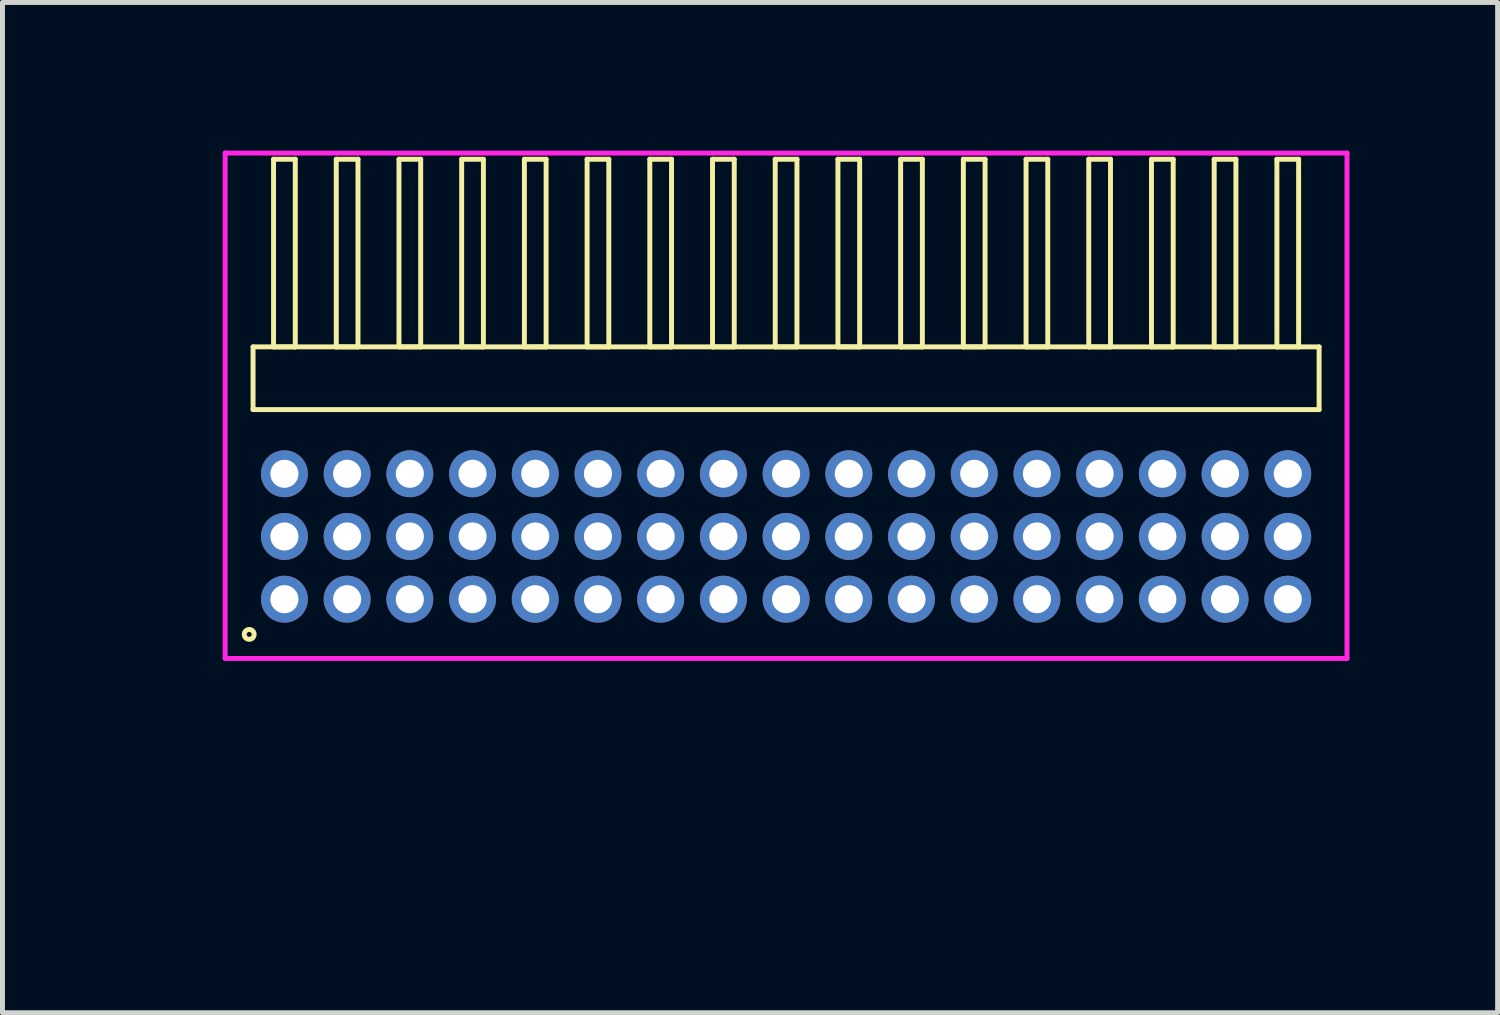
<source format=kicad_pcb>
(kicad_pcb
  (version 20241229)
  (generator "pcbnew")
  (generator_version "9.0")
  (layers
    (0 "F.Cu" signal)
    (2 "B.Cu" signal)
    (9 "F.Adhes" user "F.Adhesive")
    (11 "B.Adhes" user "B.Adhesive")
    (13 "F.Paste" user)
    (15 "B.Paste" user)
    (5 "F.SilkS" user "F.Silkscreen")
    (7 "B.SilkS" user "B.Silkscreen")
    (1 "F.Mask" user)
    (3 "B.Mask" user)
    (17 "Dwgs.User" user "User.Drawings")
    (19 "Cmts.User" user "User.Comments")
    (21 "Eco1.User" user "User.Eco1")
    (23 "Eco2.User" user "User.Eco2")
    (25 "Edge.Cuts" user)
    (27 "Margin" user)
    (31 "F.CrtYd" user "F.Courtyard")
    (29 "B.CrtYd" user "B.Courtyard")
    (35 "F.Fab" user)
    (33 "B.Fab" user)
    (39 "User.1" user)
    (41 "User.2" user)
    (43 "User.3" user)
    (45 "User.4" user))
  (footprint "HDR_RA127P17x3"
    (layer "F.Cu")
    (at 12.87 7.815)
    (property "Reference" "HDR_RA127P17x3" (at -12.11 0 90) (layer "User.1") (effects (font (size 1 1) (thickness 0.1))))
    (attr through_hole)
    (fp_line (start -10.795 -3.84) (end -10.795 -2.57) (stroke (width 0.1) (type solid)) (layer "F.SilkS"))
    (fp_line (start -10.795 -2.57) (end 10.795 -2.57) (stroke (width 0.1) (type solid)) (layer "F.SilkS"))
    (fp_line (start -10.38 -7.64) (end -10.38 -3.84) (stroke (width 0.1) (type solid)) (layer "F.SilkS"))
    (fp_line (start -10.38 -3.84) (end -9.94 -3.84) (stroke (width 0.1) (type solid)) (layer "F.SilkS"))
    (fp_line (start -9.94 -7.64) (end -10.38 -7.64) (stroke (width 0.1) (type solid)) (layer "F.SilkS"))
    (fp_line (start -9.94 -3.84) (end -9.94 -7.64) (stroke (width 0.1) (type solid)) (layer "F.SilkS"))
    (fp_line (start -9.11 -7.64) (end -9.11 -3.84) (stroke (width 0.1) (type solid)) (layer "F.SilkS"))
    (fp_line (start -9.11 -3.84) (end -8.67 -3.84) (stroke (width 0.1) (type solid)) (layer "F.SilkS"))
    (fp_line (start -8.67 -7.64) (end -9.11 -7.64) (stroke (width 0.1) (type solid)) (layer "F.SilkS"))
    (fp_line (start -8.67 -3.84) (end -8.67 -7.64) (stroke (width 0.1) (type solid)) (layer "F.SilkS"))
    (fp_line (start -7.84 -7.64) (end -7.84 -3.84) (stroke (width 0.1) (type solid)) (layer "F.SilkS"))
    (fp_line (start -7.84 -3.84) (end -7.4 -3.84) (stroke (width 0.1) (type solid)) (layer "F.SilkS"))
    (fp_line (start -7.4 -7.64) (end -7.84 -7.64) (stroke (width 0.1) (type solid)) (layer "F.SilkS"))
    (fp_line (start -7.4 -3.84) (end -7.4 -7.64) (stroke (width 0.1) (type solid)) (layer "F.SilkS"))
    (fp_line (start -6.57 -7.64) (end -6.57 -3.84) (stroke (width 0.1) (type solid)) (layer "F.SilkS"))
    (fp_line (start -6.57 -3.84) (end -6.13 -3.84) (stroke (width 0.1) (type solid)) (layer "F.SilkS"))
    (fp_line (start -6.13 -7.64) (end -6.57 -7.64) (stroke (width 0.1) (type solid)) (layer "F.SilkS"))
    (fp_line (start -6.13 -3.84) (end -6.13 -7.64) (stroke (width 0.1) (type solid)) (layer "F.SilkS"))
    (fp_line (start -5.3 -7.64) (end -5.3 -3.84) (stroke (width 0.1) (type solid)) (layer "F.SilkS"))
    (fp_line (start -5.3 -3.84) (end -4.86 -3.84) (stroke (width 0.1) (type solid)) (layer "F.SilkS"))
    (fp_line (start -4.86 -7.64) (end -5.3 -7.64) (stroke (width 0.1) (type solid)) (layer "F.SilkS"))
    (fp_line (start -4.86 -3.84) (end -4.86 -7.64) (stroke (width 0.1) (type solid)) (layer "F.SilkS"))
    (fp_line (start -4.03 -7.64) (end -4.03 -3.84) (stroke (width 0.1) (type solid)) (layer "F.SilkS"))
    (fp_line (start -4.03 -3.84) (end -3.59 -3.84) (stroke (width 0.1) (type solid)) (layer "F.SilkS"))
    (fp_line (start -3.59 -7.64) (end -4.03 -7.64) (stroke (width 0.1) (type solid)) (layer "F.SilkS"))
    (fp_line (start -3.59 -3.84) (end -3.59 -7.64) (stroke (width 0.1) (type solid)) (layer "F.SilkS"))
    (fp_line (start -2.76 -7.64) (end -2.76 -3.84) (stroke (width 0.1) (type solid)) (layer "F.SilkS"))
    (fp_line (start -2.76 -3.84) (end -2.32 -3.84) (stroke (width 0.1) (type solid)) (layer "F.SilkS"))
    (fp_line (start -2.32 -7.64) (end -2.76 -7.64) (stroke (width 0.1) (type solid)) (layer "F.SilkS"))
    (fp_line (start -2.32 -3.84) (end -2.32 -7.64) (stroke (width 0.1) (type solid)) (layer "F.SilkS"))
    (fp_line (start -1.49 -7.64) (end -1.49 -3.84) (stroke (width 0.1) (type solid)) (layer "F.SilkS"))
    (fp_line (start -1.49 -3.84) (end -1.05 -3.84) (stroke (width 0.1) (type solid)) (layer "F.SilkS"))
    (fp_line (start -1.05 -7.64) (end -1.49 -7.64) (stroke (width 0.1) (type solid)) (layer "F.SilkS"))
    (fp_line (start -1.05 -3.84) (end -1.05 -7.64) (stroke (width 0.1) (type solid)) (layer "F.SilkS"))
    (fp_line (start -0.22 -7.64) (end -0.22 -3.84) (stroke (width 0.1) (type solid)) (layer "F.SilkS"))
    (fp_line (start -0.22 -3.84) (end 0.22 -3.84) (stroke (width 0.1) (type solid)) (layer "F.SilkS"))
    (fp_line (start 0.22 -7.64) (end -0.22 -7.64) (stroke (width 0.1) (type solid)) (layer "F.SilkS"))
    (fp_line (start 0.22 -3.84) (end 0.22 -7.64) (stroke (width 0.1) (type solid)) (layer "F.SilkS"))
    (fp_line (start 1.05 -7.64) (end 1.05 -3.84) (stroke (width 0.1) (type solid)) (layer "F.SilkS"))
    (fp_line (start 1.05 -3.84) (end 1.49 -3.84) (stroke (width 0.1) (type solid)) (layer "F.SilkS"))
    (fp_line (start 1.49 -7.64) (end 1.05 -7.64) (stroke (width 0.1) (type solid)) (layer "F.SilkS"))
    (fp_line (start 1.49 -3.84) (end 1.49 -7.64) (stroke (width 0.1) (type solid)) (layer "F.SilkS"))
    (fp_line (start 2.32 -7.64) (end 2.32 -3.84) (stroke (width 0.1) (type solid)) (layer "F.SilkS"))
    (fp_line (start 2.32 -3.84) (end 2.76 -3.84) (stroke (width 0.1) (type solid)) (layer "F.SilkS"))
    (fp_line (start 2.76 -7.64) (end 2.32 -7.64) (stroke (width 0.1) (type solid)) (layer "F.SilkS"))
    (fp_line (start 2.76 -3.84) (end 2.76 -7.64) (stroke (width 0.1) (type solid)) (layer "F.SilkS"))
    (fp_line (start 3.59 -7.64) (end 3.59 -3.84) (stroke (width 0.1) (type solid)) (layer "F.SilkS"))
    (fp_line (start 3.59 -3.84) (end 4.03 -3.84) (stroke (width 0.1) (type solid)) (layer "F.SilkS"))
    (fp_line (start 4.03 -7.64) (end 3.59 -7.64) (stroke (width 0.1) (type solid)) (layer "F.SilkS"))
    (fp_line (start 4.03 -3.84) (end 4.03 -7.64) (stroke (width 0.1) (type solid)) (layer "F.SilkS"))
    (fp_line (start 4.86 -7.64) (end 4.86 -3.84) (stroke (width 0.1) (type solid)) (layer "F.SilkS"))
    (fp_line (start 4.86 -3.84) (end 5.3 -3.84) (stroke (width 0.1) (type solid)) (layer "F.SilkS"))
    (fp_line (start 5.3 -7.64) (end 4.86 -7.64) (stroke (width 0.1) (type solid)) (layer "F.SilkS"))
    (fp_line (start 5.3 -3.84) (end 5.3 -7.64) (stroke (width 0.1) (type solid)) (layer "F.SilkS"))
    (fp_line (start 6.13 -7.64) (end 6.13 -3.84) (stroke (width 0.1) (type solid)) (layer "F.SilkS"))
    (fp_line (start 6.13 -3.84) (end 6.57 -3.84) (stroke (width 0.1) (type solid)) (layer "F.SilkS"))
    (fp_line (start 6.57 -7.64) (end 6.13 -7.64) (stroke (width 0.1) (type solid)) (layer "F.SilkS"))
    (fp_line (start 6.57 -3.84) (end 6.57 -7.64) (stroke (width 0.1) (type solid)) (layer "F.SilkS"))
    (fp_line (start 7.4 -7.64) (end 7.4 -3.84) (stroke (width 0.1) (type solid)) (layer "F.SilkS"))
    (fp_line (start 7.4 -3.84) (end 7.84 -3.84) (stroke (width 0.1) (type solid)) (layer "F.SilkS"))
    (fp_line (start 7.84 -7.64) (end 7.4 -7.64) (stroke (width 0.1) (type solid)) (layer "F.SilkS"))
    (fp_line (start 7.84 -3.84) (end 7.84 -7.64) (stroke (width 0.1) (type solid)) (layer "F.SilkS"))
    (fp_line (start 8.67 -7.64) (end 8.67 -3.84) (stroke (width 0.1) (type solid)) (layer "F.SilkS"))
    (fp_line (start 8.67 -3.84) (end 9.11 -3.84) (stroke (width 0.1) (type solid)) (layer "F.SilkS"))
    (fp_line (start 9.11 -7.64) (end 8.67 -7.64) (stroke (width 0.1) (type solid)) (layer "F.SilkS"))
    (fp_line (start 9.11 -3.84) (end 9.11 -7.64) (stroke (width 0.1) (type solid)) (layer "F.SilkS"))
    (fp_line (start 9.94 -7.64) (end 9.94 -3.84) (stroke (width 0.1) (type solid)) (layer "F.SilkS"))
    (fp_line (start 9.94 -3.84) (end 10.38 -3.84) (stroke (width 0.1) (type solid)) (layer "F.SilkS"))
    (fp_line (start 10.38 -7.64) (end 9.94 -7.64) (stroke (width 0.1) (type solid)) (layer "F.SilkS"))
    (fp_line (start 10.38 -3.84) (end 10.38 -7.64) (stroke (width 0.1) (type solid)) (layer "F.SilkS"))
    (fp_line (start 10.795 -3.84) (end -10.795 -3.84) (stroke (width 0.1) (type solid)) (layer "F.SilkS"))
    (fp_line (start 10.795 -2.57) (end 10.795 -3.84) (stroke (width 0.1) (type solid)) (layer "F.SilkS"))
    (fp_circle (center -10.873 1.983) (end -10.773 1.983) (stroke (width 0.1) (type solid)) (fill no) (layer "F.SilkS"))
    (fp_line (start -11.36 -7.765) (end -11.36 2.47) (stroke (width 0.1) (type solid)) (layer "F.CrtYd"))
    (fp_line (start -11.36 2.47) (end 11.36 2.47) (stroke (width 0.1) (type solid)) (layer "F.CrtYd"))
    (fp_line (start 11.36 -7.765) (end -11.36 -7.765) (stroke (width 0.1) (type solid)) (layer "F.CrtYd"))
    (fp_line (start 11.36 2.47) (end 11.36 -7.765) (stroke (width 0.1) (type solid)) (layer "F.CrtYd"))
    (pad "1" thru_hole oval (at -10.16 1.27) (size 0.95 0.95) (drill 0.57) (layers "*.Cu" "*.Mask"))
    (pad "2" thru_hole oval (at -10.16 0) (size 0.95 0.95) (drill 0.57) (layers "*.Cu" "*.Mask"))
    (pad "3" thru_hole oval (at -10.16 -1.27) (size 0.95 0.95) (drill 0.57) (layers "*.Cu" "*.Mask"))
    (pad "4" thru_hole oval (at -8.89 1.27) (size 0.95 0.95) (drill 0.57) (layers "*.Cu" "*.Mask"))
    (pad "5" thru_hole oval (at -8.89 0) (size 0.95 0.95) (drill 0.57) (layers "*.Cu" "*.Mask"))
    (pad "6" thru_hole oval (at -8.89 -1.27) (size 0.95 0.95) (drill 0.57) (layers "*.Cu" "*.Mask"))
    (pad "7" thru_hole oval (at -7.62 1.27) (size 0.95 0.95) (drill 0.57) (layers "*.Cu" "*.Mask"))
    (pad "8" thru_hole oval (at -7.62 0) (size 0.95 0.95) (drill 0.57) (layers "*.Cu" "*.Mask"))
    (pad "9" thru_hole oval (at -7.62 -1.27) (size 0.95 0.95) (drill 0.57) (layers "*.Cu" "*.Mask"))
    (pad "10" thru_hole oval (at -6.35 1.27) (size 0.95 0.95) (drill 0.57) (layers "*.Cu" "*.Mask"))
    (pad "11" thru_hole oval (at -6.35 0) (size 0.95 0.95) (drill 0.57) (layers "*.Cu" "*.Mask"))
    (pad "12" thru_hole oval (at -6.35 -1.27) (size 0.95 0.95) (drill 0.57) (layers "*.Cu" "*.Mask"))
    (pad "13" thru_hole oval (at -5.08 1.27) (size 0.95 0.95) (drill 0.57) (layers "*.Cu" "*.Mask"))
    (pad "14" thru_hole oval (at -5.08 0) (size 0.95 0.95) (drill 0.57) (layers "*.Cu" "*.Mask"))
    (pad "15" thru_hole oval (at -5.08 -1.27) (size 0.95 0.95) (drill 0.57) (layers "*.Cu" "*.Mask"))
    (pad "16" thru_hole oval (at -3.81 1.27) (size 0.95 0.95) (drill 0.57) (layers "*.Cu" "*.Mask"))
    (pad "17" thru_hole oval (at -3.81 0) (size 0.95 0.95) (drill 0.57) (layers "*.Cu" "*.Mask"))
    (pad "18" thru_hole oval (at -3.81 -1.27) (size 0.95 0.95) (drill 0.57) (layers "*.Cu" "*.Mask"))
    (pad "19" thru_hole oval (at -2.54 1.27) (size 0.95 0.95) (drill 0.57) (layers "*.Cu" "*.Mask"))
    (pad "20" thru_hole oval (at -2.54 0) (size 0.95 0.95) (drill 0.57) (layers "*.Cu" "*.Mask"))
    (pad "21" thru_hole oval (at -2.54 -1.27) (size 0.95 0.95) (drill 0.57) (layers "*.Cu" "*.Mask"))
    (pad "22" thru_hole oval (at -1.27 1.27) (size 0.95 0.95) (drill 0.57) (layers "*.Cu" "*.Mask"))
    (pad "23" thru_hole oval (at -1.27 0) (size 0.95 0.95) (drill 0.57) (layers "*.Cu" "*.Mask"))
    (pad "24" thru_hole oval (at -1.27 -1.27) (size 0.95 0.95) (drill 0.57) (layers "*.Cu" "*.Mask"))
    (pad "25" thru_hole oval (at 0 1.27) (size 0.95 0.95) (drill 0.57) (layers "*.Cu" "*.Mask"))
    (pad "26" thru_hole oval (at 0 0) (size 0.95 0.95) (drill 0.57) (layers "*.Cu" "*.Mask"))
    (pad "27" thru_hole oval (at 0 -1.27) (size 0.95 0.95) (drill 0.57) (layers "*.Cu" "*.Mask"))
    (pad "28" thru_hole oval (at 1.27 1.27) (size 0.95 0.95) (drill 0.57) (layers "*.Cu" "*.Mask"))
    (pad "29" thru_hole oval (at 1.27 0) (size 0.95 0.95) (drill 0.57) (layers "*.Cu" "*.Mask"))
    (pad "30" thru_hole oval (at 1.27 -1.27) (size 0.95 0.95) (drill 0.57) (layers "*.Cu" "*.Mask"))
    (pad "31" thru_hole oval (at 2.54 1.27) (size 0.95 0.95) (drill 0.57) (layers "*.Cu" "*.Mask"))
    (pad "32" thru_hole oval (at 2.54 0) (size 0.95 0.95) (drill 0.57) (layers "*.Cu" "*.Mask"))
    (pad "33" thru_hole oval (at 2.54 -1.27) (size 0.95 0.95) (drill 0.57) (layers "*.Cu" "*.Mask"))
    (pad "34" thru_hole oval (at 3.81 1.27) (size 0.95 0.95) (drill 0.57) (layers "*.Cu" "*.Mask"))
    (pad "35" thru_hole oval (at 3.81 0) (size 0.95 0.95) (drill 0.57) (layers "*.Cu" "*.Mask"))
    (pad "36" thru_hole oval (at 3.81 -1.27) (size 0.95 0.95) (drill 0.57) (layers "*.Cu" "*.Mask"))
    (pad "37" thru_hole oval (at 5.08 1.27) (size 0.95 0.95) (drill 0.57) (layers "*.Cu" "*.Mask"))
    (pad "38" thru_hole oval (at 5.08 0) (size 0.95 0.95) (drill 0.57) (layers "*.Cu" "*.Mask"))
    (pad "39" thru_hole oval (at 5.08 -1.27) (size 0.95 0.95) (drill 0.57) (layers "*.Cu" "*.Mask"))
    (pad "40" thru_hole oval (at 6.35 1.27) (size 0.95 0.95) (drill 0.57) (layers "*.Cu" "*.Mask"))
    (pad "41" thru_hole oval (at 6.35 0) (size 0.95 0.95) (drill 0.57) (layers "*.Cu" "*.Mask"))
    (pad "42" thru_hole oval (at 6.35 -1.27) (size 0.95 0.95) (drill 0.57) (layers "*.Cu" "*.Mask"))
    (pad "43" thru_hole oval (at 7.62 1.27) (size 0.95 0.95) (drill 0.57) (layers "*.Cu" "*.Mask"))
    (pad "44" thru_hole oval (at 7.62 0) (size 0.95 0.95) (drill 0.57) (layers "*.Cu" "*.Mask"))
    (pad "45" thru_hole oval (at 7.62 -1.27) (size 0.95 0.95) (drill 0.57) (layers "*.Cu" "*.Mask"))
    (pad "46" thru_hole oval (at 8.89 1.27) (size 0.95 0.95) (drill 0.57) (layers "*.Cu" "*.Mask"))
    (pad "47" thru_hole oval (at 8.89 0) (size 0.95 0.95) (drill 0.57) (layers "*.Cu" "*.Mask"))
    (pad "48" thru_hole oval (at 8.89 -1.27) (size 0.95 0.95) (drill 0.57) (layers "*.Cu" "*.Mask"))
    (pad "49" thru_hole oval (at 10.16 1.27) (size 0.95 0.95) (drill 0.57) (layers "*.Cu" "*.Mask"))
    (pad "50" thru_hole oval (at 10.16 0) (size 0.95 0.95) (drill 0.57) (layers "*.Cu" "*.Mask"))
    (pad "51" thru_hole oval (at 10.16 -1.27) (size 0.95 0.95) (drill 0.57) (layers "*.Cu" "*.Mask")))
  (gr_rect
    (start -3 -3)
    (end 27.28 17.46)
    (stroke (width 0.1) (type default))
    (fill no)
    (layer "Edge.Cuts")))
</source>
